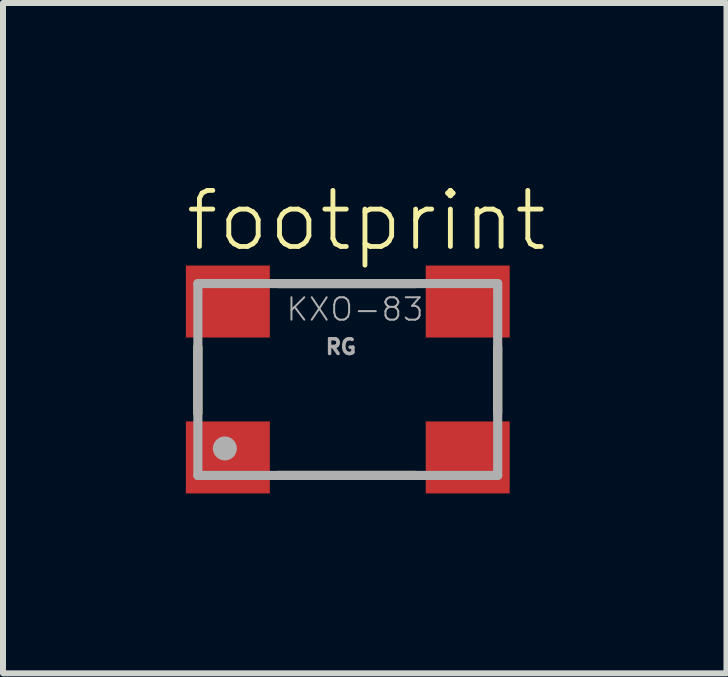
<source format=kicad_pcb>
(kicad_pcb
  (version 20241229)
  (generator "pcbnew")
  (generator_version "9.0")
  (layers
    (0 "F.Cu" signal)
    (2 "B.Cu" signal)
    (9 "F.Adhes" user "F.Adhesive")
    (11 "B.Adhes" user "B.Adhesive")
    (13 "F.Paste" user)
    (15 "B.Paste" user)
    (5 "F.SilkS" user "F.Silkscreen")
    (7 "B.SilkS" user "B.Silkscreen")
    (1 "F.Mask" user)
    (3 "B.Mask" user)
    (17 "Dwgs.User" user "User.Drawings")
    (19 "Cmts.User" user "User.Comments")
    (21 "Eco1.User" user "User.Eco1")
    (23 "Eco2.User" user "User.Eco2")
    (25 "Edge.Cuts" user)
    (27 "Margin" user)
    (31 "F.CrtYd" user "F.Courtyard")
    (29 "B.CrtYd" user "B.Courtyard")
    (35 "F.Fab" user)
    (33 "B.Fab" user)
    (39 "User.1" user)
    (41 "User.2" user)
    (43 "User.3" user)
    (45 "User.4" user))
  (footprint "footprint"
    (layer "F.Cu")
    (at 2.75 3.279)
    (property "Reference" "footprint" (at -2.75 -2.1 0) (layer "F.SilkS") (effects (font (size 0.935 0.935) (thickness 0.081)) (justify left bottom)))
    (fp_line (start -2.5 0.56) (end -2.5 -0.54) (stroke (width 0.152) (type solid)) (layer "F.SilkS"))
    (fp_line (start -1.16 -1.6) (end 1.14 -1.6) (stroke (width 0.152) (type solid)) (layer "F.SilkS"))
    (fp_line (start -1.16 1.6) (end 1.14 1.6) (stroke (width 0.152) (type solid)) (layer "F.SilkS"))
    (fp_line (start 2.5 0.56) (end 2.5 -0.54) (stroke (width 0.152) (type solid)) (layer "F.SilkS"))
    (fp_line (start -2.5 -1.6) (end -2.5 1.6) (stroke (width 0.152) (type solid)) (layer "F.Fab"))
    (fp_line (start -2.5 1.6) (end 2.5 1.6) (stroke (width 0.152) (type solid)) (layer "F.Fab"))
    (fp_line (start 2.5 -1.6) (end -2.5 -1.6) (stroke (width 0.152) (type solid)) (layer "F.Fab"))
    (fp_line (start 2.5 1.6) (end 2.5 -1.6) (stroke (width 0.152) (type solid)) (layer "F.Fab"))
    (fp_circle (center -2.05 1.15) (end -1.95 1.15) (stroke (width 0.2) (type solid)) (fill no) (layer "F.Fab"))
    (fp_text user "KXO-83" (at -1.05 -0.95 0) (layer "F.Fab") (effects (font (size 0.374 0.374) (thickness 0.033)) (justify left bottom)))
    (fp_text user "RG" (at -0.4 -0.4 0) (layer "F.Fab") (effects (font (size 0.247 0.247) (thickness 0.058)) (justify left bottom)))
    (pad "1" smd rect (at -2 1.3) (size 1.4 1.2) (layers "F.Cu" "F.Mask" "F.Paste"))
    (pad "2" smd rect (at 2 1.3) (size 1.4 1.2) (layers "F.Cu" "F.Mask" "F.Paste"))
    (pad "3" smd rect (at 2 -1.3) (size 1.4 1.2) (layers "F.Cu" "F.Mask" "F.Paste"))
    (pad "4" smd rect (at -2 -1.3) (size 1.4 1.2) (layers "F.Cu" "F.Mask" "F.Paste")))
  (gr_rect
    (start -3 -3)
    (end 9.066 8.179)
    (stroke (width 0.1) (type default))
    (fill no)
    (layer "Edge.Cuts")))
</source>
